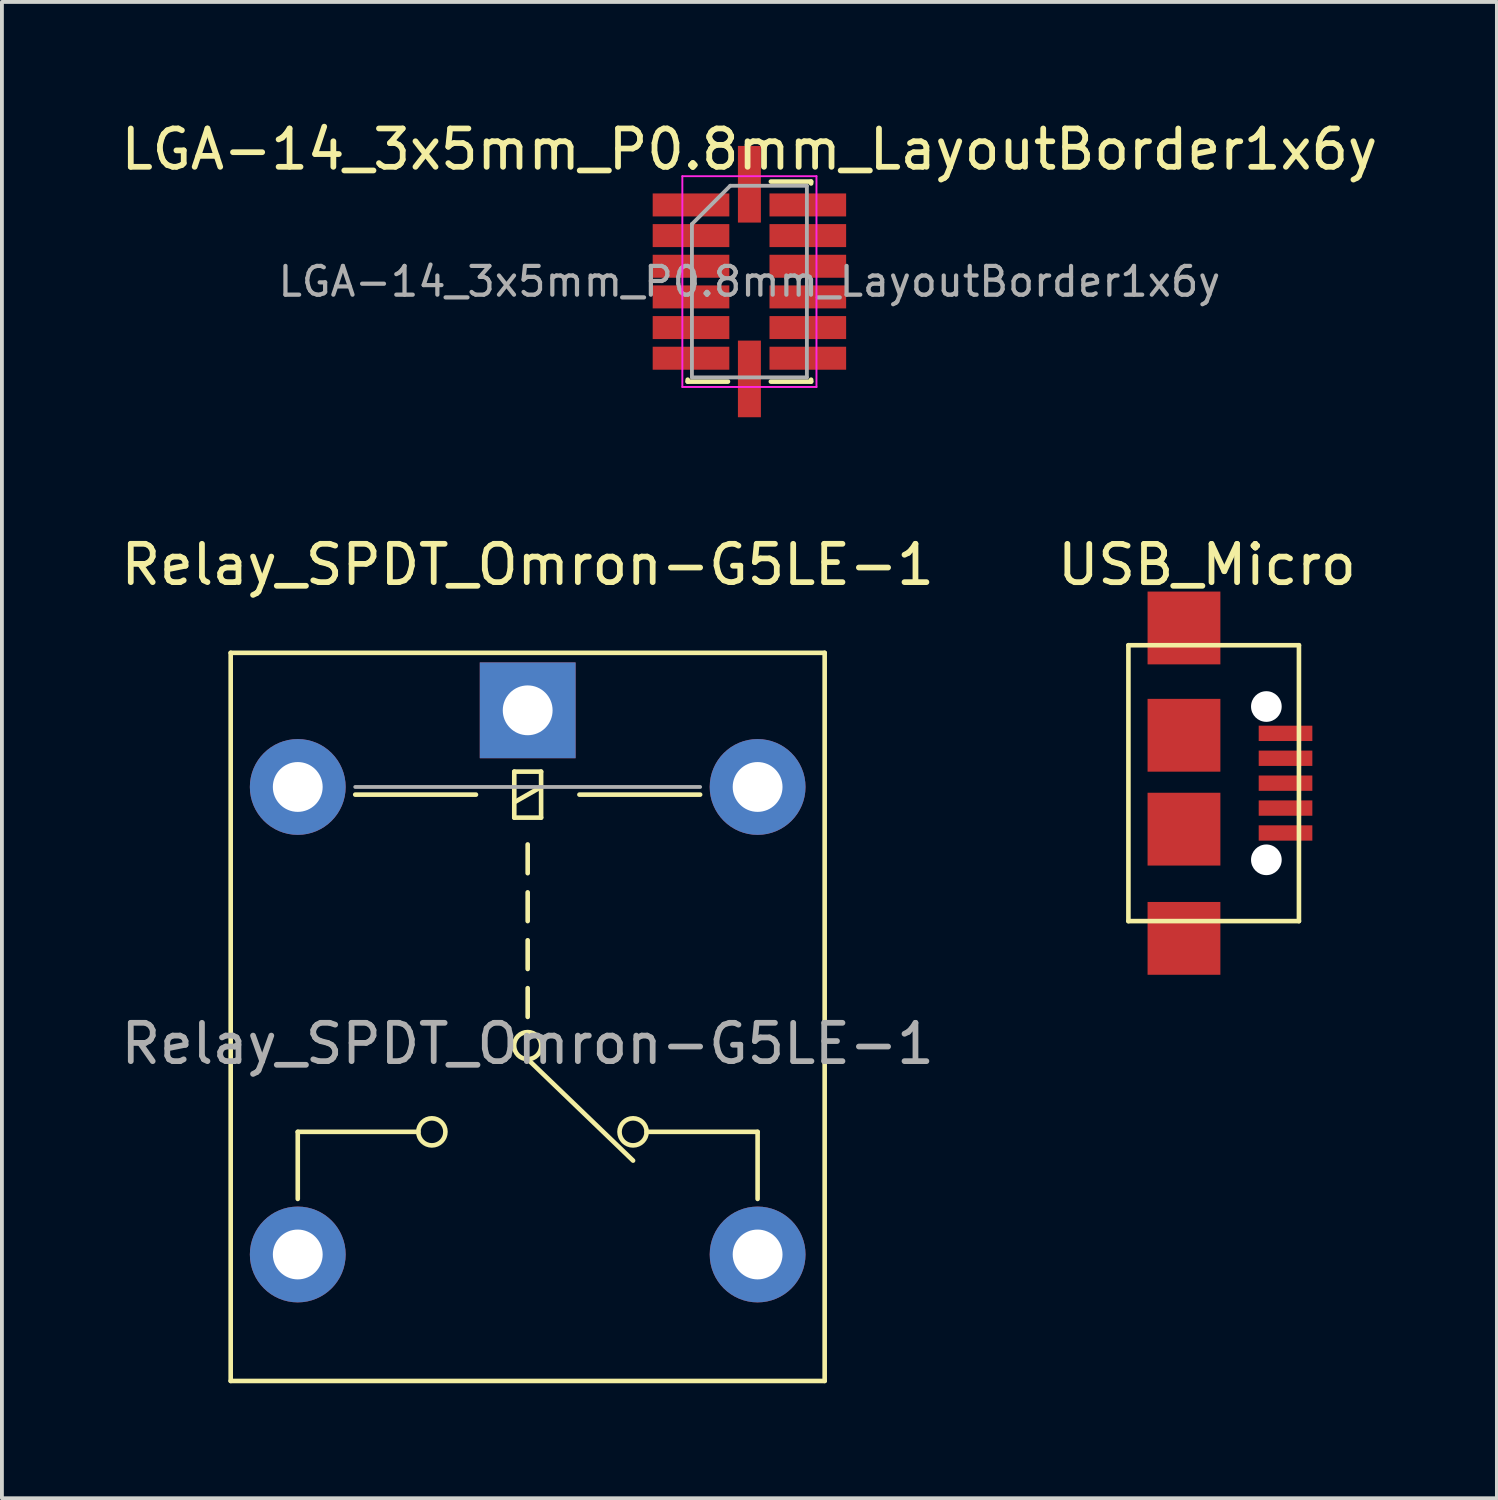
<source format=kicad_pcb>
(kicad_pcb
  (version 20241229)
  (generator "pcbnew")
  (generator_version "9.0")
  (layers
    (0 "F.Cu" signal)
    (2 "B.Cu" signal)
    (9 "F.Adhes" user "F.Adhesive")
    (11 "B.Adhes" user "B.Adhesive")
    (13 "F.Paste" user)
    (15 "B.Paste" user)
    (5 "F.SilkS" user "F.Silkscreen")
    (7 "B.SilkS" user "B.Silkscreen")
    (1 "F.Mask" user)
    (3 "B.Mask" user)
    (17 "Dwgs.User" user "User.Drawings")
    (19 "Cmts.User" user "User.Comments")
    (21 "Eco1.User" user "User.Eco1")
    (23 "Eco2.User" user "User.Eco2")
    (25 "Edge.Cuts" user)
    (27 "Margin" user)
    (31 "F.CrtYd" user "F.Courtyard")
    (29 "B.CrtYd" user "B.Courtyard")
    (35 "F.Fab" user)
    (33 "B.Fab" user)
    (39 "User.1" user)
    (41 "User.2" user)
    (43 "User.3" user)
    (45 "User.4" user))
  (footprint "LGA-14_3x5mm_P0.8mm_LayoutBorder1x6y"
    (layer "F.Cu")
    (at 16.506 4.298)
    (property "Reference" "LGA-14_3x5mm_P0.8mm_LayoutBorder1x6y" (at 0 -3.45 0) (layer "F.SilkS") (effects (font (size 1 1) (thickness 0.15))))
    (attr smd)
    (fp_line (start -1.61 2.61) (end -1.61 2.56) (stroke (width 0.12) (type solid)) (layer "F.SilkS"))
    (fp_line (start -0.56 2.61) (end -1.61 2.61) (stroke (width 0.12) (type solid)) (layer "F.SilkS"))
    (fp_line (start 0.56 -2.61) (end 1.61 -2.61) (stroke (width 0.12) (type solid)) (layer "F.SilkS"))
    (fp_line (start 0.56 2.61) (end 1.61 2.61) (stroke (width 0.12) (type solid)) (layer "F.SilkS"))
    (fp_line (start 1.61 -2.61) (end 1.61 -2.56) (stroke (width 0.12) (type solid)) (layer "F.SilkS"))
    (fp_line (start 1.61 2.61) (end 1.61 2.56) (stroke (width 0.12) (type solid)) (layer "F.SilkS"))
    (fp_line (start -1.75 -2.75) (end -1.75 2.75) (stroke (width 0.05) (type solid)) (layer "F.CrtYd"))
    (fp_line (start -1.75 2.75) (end 1.75 2.75) (stroke (width 0.05) (type solid)) (layer "F.CrtYd"))
    (fp_line (start 1.75 -2.75) (end -1.75 -2.75) (stroke (width 0.05) (type solid)) (layer "F.CrtYd"))
    (fp_line (start 1.75 2.75) (end 1.75 -2.75) (stroke (width 0.05) (type solid)) (layer "F.CrtYd"))
    (fp_line (start -1.5 -1.5) (end -0.5 -2.5) (stroke (width 0.1) (type solid)) (layer "F.Fab"))
    (fp_line (start -1.5 2.5) (end -1.5 -1.5) (stroke (width 0.1) (type solid)) (layer "F.Fab"))
    (fp_line (start -0.5 -2.5) (end 1.5 -2.5) (stroke (width 0.1) (type solid)) (layer "F.Fab"))
    (fp_line (start 1.5 -2.5) (end 1.5 2.5) (stroke (width 0.1) (type solid)) (layer "F.Fab"))
    (fp_line (start 1.5 2.5) (end -1.5 2.5) (stroke (width 0.1) (type solid)) (layer "F.Fab"))
    (fp_text user "${REFERENCE}" (at 0 0 0) (layer "F.Fab") (effects (font (size 0.75 0.75) (thickness 0.11))))
    (pad "1" smd rect (at -1.524 -2) (size 2 0.6) (layers "F.Cu" "F.Mask" "F.Paste"))
    (pad "2" smd rect (at -1.524 -1.2) (size 2 0.6) (layers "F.Cu" "F.Mask" "F.Paste"))
    (pad "3" smd rect (at -1.524 -0.4) (size 2 0.6) (layers "F.Cu" "F.Mask" "F.Paste"))
    (pad "4" smd rect (at -1.524 0.4) (size 2 0.6) (layers "F.Cu" "F.Mask" "F.Paste"))
    (pad "5" smd rect (at -1.524 1.2) (size 2 0.6) (layers "F.Cu" "F.Mask" "F.Paste"))
    (pad "6" smd rect (at -1.524 2) (size 2 0.6) (layers "F.Cu" "F.Mask" "F.Paste"))
    (pad "7" smd rect (at 0 2.54) (size 0.6 2) (layers "F.Cu" "F.Mask" "F.Paste"))
    (pad "8" smd rect (at 1.524 2) (size 2 0.6) (layers "F.Cu" "F.Mask" "F.Paste"))
    (pad "9" smd rect (at 1.524 1.2) (size 2 0.6) (layers "F.Cu" "F.Mask" "F.Paste"))
    (pad "10" smd rect (at 1.524 0.4) (size 2 0.6) (layers "F.Cu" "F.Mask" "F.Paste"))
    (pad "11" smd rect (at 1.524 -0.4) (size 2 0.6) (layers "F.Cu" "F.Mask" "F.Paste"))
    (pad "12" smd rect (at 1.524 -1.2) (size 2 0.6) (layers "F.Cu" "F.Mask" "F.Paste"))
    (pad "13" smd rect (at 1.524 -2) (size 2 0.6) (layers "F.Cu" "F.Mask" "F.Paste"))
    (pad "14" smd rect (at 0 -2.54) (size 0.6 2) (layers "F.Cu" "F.Mask" "F.Paste")))
  (footprint "USB_Micro"
    (layer "F.Cu")
    (at 29.196 13.037)
    (property "Reference" "USB_Micro" (at -0.75 -1.35 0) (layer "F.SilkS") (effects (font (size 1 1) (thickness 0.15))))
    (attr through_hole)
    (fp_line (start -2.8 0.75) (end 1.65 0.75) (stroke (width 0.12) (type solid)) (layer "F.SilkS"))
    (fp_line (start -2.8 7.95) (end -2.8 0.75) (stroke (width 0.12) (type solid)) (layer "F.SilkS"))
    (fp_line (start 1.65 0.75) (end 1.65 7.95) (stroke (width 0.12) (type solid)) (layer "F.SilkS"))
    (fp_line (start 1.65 7.95) (end -2.8 7.95) (stroke (width 0.12) (type solid)) (layer "F.SilkS"))
    (pad "" smd rect (at -1.35 0.3) (size 1.9 1.9) (layers "F.Cu" "F.Mask" "F.Paste"))
    (pad "" smd rect (at -1.35 3.1) (size 1.9 1.9) (layers "F.Cu" "F.Mask" "F.Paste"))
    (pad "" smd rect (at -1.35 5.55) (size 1.9 1.9) (layers "F.Cu" "F.Mask" "F.Paste"))
    (pad "" smd rect (at -1.35 8.4) (size 1.9 1.9) (layers "F.Cu" "F.Mask" "F.Paste"))
    (pad "" np_thru_hole circle (at 0.8 2.35 90) (size 0.8 0.8) (drill 0.8) (layers "*.Cu" "*.Mask"))
    (pad "" np_thru_hole circle (at 0.8 6.35 90) (size 0.8 0.8) (drill 0.8) (layers "*.Cu" "*.Mask"))
    (pad "1" smd rect (at 1.3 3.05 90) (size 0.4 1.4) (layers "F.Cu" "F.Mask" "F.Paste"))
    (pad "2" smd rect (at 1.3 3.7 90) (size 0.4 1.4) (layers "F.Cu" "F.Mask" "F.Paste"))
    (pad "3" smd rect (at 1.3 4.35 90) (size 0.4 1.4) (layers "F.Cu" "F.Mask" "F.Paste"))
    (pad "4" smd rect (at 1.3 5 90) (size 0.4 1.4) (layers "F.Cu" "F.Mask" "F.Paste"))
    (pad "5" smd rect (at 1.3 5.65 90) (size 0.4 1.4) (layers "F.Cu" "F.Mask" "F.Paste")))
  (footprint "Relay_SPDT_Omron-G5LE-1"
    (layer "F.Cu")
    (at 10.72 15.486)
    (property "Reference" "Relay_SPDT_Omron-G5LE-1" (at 0 -3.8 0) (layer "F.SilkS") (effects (font (size 1 1) (thickness 0.15))))
    (attr through_hole)
    (fp_line (start -7.75 -1.5) (end -7.75 17.5) (stroke (width 0.12) (type solid)) (layer "F.SilkS"))
    (fp_line (start -6 11) (end -6 12.75) (stroke (width 0.12) (type solid)) (layer "F.SilkS"))
    (fp_line (start -4.5 2.2) (end -1.35 2.2) (stroke (width 0.12) (type solid)) (layer "F.SilkS"))
    (fp_line (start -2.854 11) (end -6 11) (stroke (width 0.12) (type solid)) (layer "F.SilkS"))
    (fp_line (start -0.35 1.6) (end -0.35 2.8) (stroke (width 0.12) (type solid)) (layer "F.SilkS"))
    (fp_line (start -0.35 2.4) (end 0.35 2) (stroke (width 0.12) (type solid)) (layer "F.SilkS"))
    (fp_line (start -0.35 2.8) (end 0.35 2.8) (stroke (width 0.12) (type solid)) (layer "F.SilkS"))
    (fp_line (start 0 3.5) (end 0 4.25) (stroke (width 0.12) (type solid)) (layer "F.SilkS"))
    (fp_line (start 0 4.75) (end 0 5.5) (stroke (width 0.12) (type solid)) (layer "F.SilkS"))
    (fp_line (start 0 6) (end 0 6.75) (stroke (width 0.12) (type solid)) (layer "F.SilkS"))
    (fp_line (start 0 7.25) (end 0 8) (stroke (width 0.12) (type solid)) (layer "F.SilkS"))
    (fp_line (start 0 9.104) (end 2.75 11.75) (stroke (width 0.12) (type solid)) (layer "F.SilkS"))
    (fp_line (start 0.35 1.6) (end -0.35 1.6) (stroke (width 0.12) (type solid)) (layer "F.SilkS"))
    (fp_line (start 0.35 2.8) (end 0.35 1.6) (stroke (width 0.12) (type solid)) (layer "F.SilkS"))
    (fp_line (start 1.35 2.2) (end 4.5 2.2) (stroke (width 0.12) (type solid)) (layer "F.SilkS"))
    (fp_line (start 3.104 11) (end 6 11) (stroke (width 0.12) (type solid)) (layer "F.SilkS"))
    (fp_line (start 6 11) (end 6 12.75) (stroke (width 0.12) (type solid)) (layer "F.SilkS"))
    (fp_line (start 7.75 -1.5) (end -7.75 -1.5) (stroke (width 0.12) (type solid)) (layer "F.SilkS"))
    (fp_line (start 7.75 -1.5) (end 7.75 17.5) (stroke (width 0.12) (type solid)) (layer "F.SilkS"))
    (fp_line (start 7.75 17.5) (end -7.75 17.5) (stroke (width 0.12) (type solid)) (layer "F.SilkS"))
    (fp_circle (center -2.5 11) (end -2.25 11.25) (stroke (width 0.12) (type solid)) (fill no) (layer "F.SilkS"))
    (fp_circle (center 0 8.75) (end 0.25 9) (stroke (width 0.12) (type solid)) (fill no) (layer "F.SilkS"))
    (fp_circle (center 2.75 11) (end 3 11.25) (stroke (width 0.12) (type solid)) (fill no) (layer "F.SilkS"))
    (fp_line (start -4.5 2) (end 4.5 2) (stroke (width 0.1) (type solid)) (layer "F.Fab"))
    (fp_text user "${REFERENCE}" (at 0 8.7 0) (layer "F.Fab") (effects (font (size 1 1) (thickness 0.15))))
    (pad "1" thru_hole rect (at 0 0) (size 2.5 2.5) (drill 1.3) (layers "*.Cu" "*.Mask"))
    (pad "2" thru_hole oval (at -6 2) (size 2.5 2.5) (drill 1.3) (layers "*.Cu" "*.Mask"))
    (pad "3" thru_hole oval (at -6 14.2) (size 2.5 2.5) (drill 1.3) (layers "*.Cu" "*.Mask"))
    (pad "4" thru_hole oval (at 6 14.2) (size 2.5 2.5) (drill 1.3) (layers "*.Cu" "*.Mask"))
    (pad "5" thru_hole oval (at 6 2) (size 2.5 2.5) (drill 1.3) (layers "*.Cu" "*.Mask")))
  (gr_rect
    (start -3 -3)
    (end 36.012 36.047)
    (stroke (width 0.1) (type default))
    (fill no)
    (layer "Edge.Cuts")))
</source>
